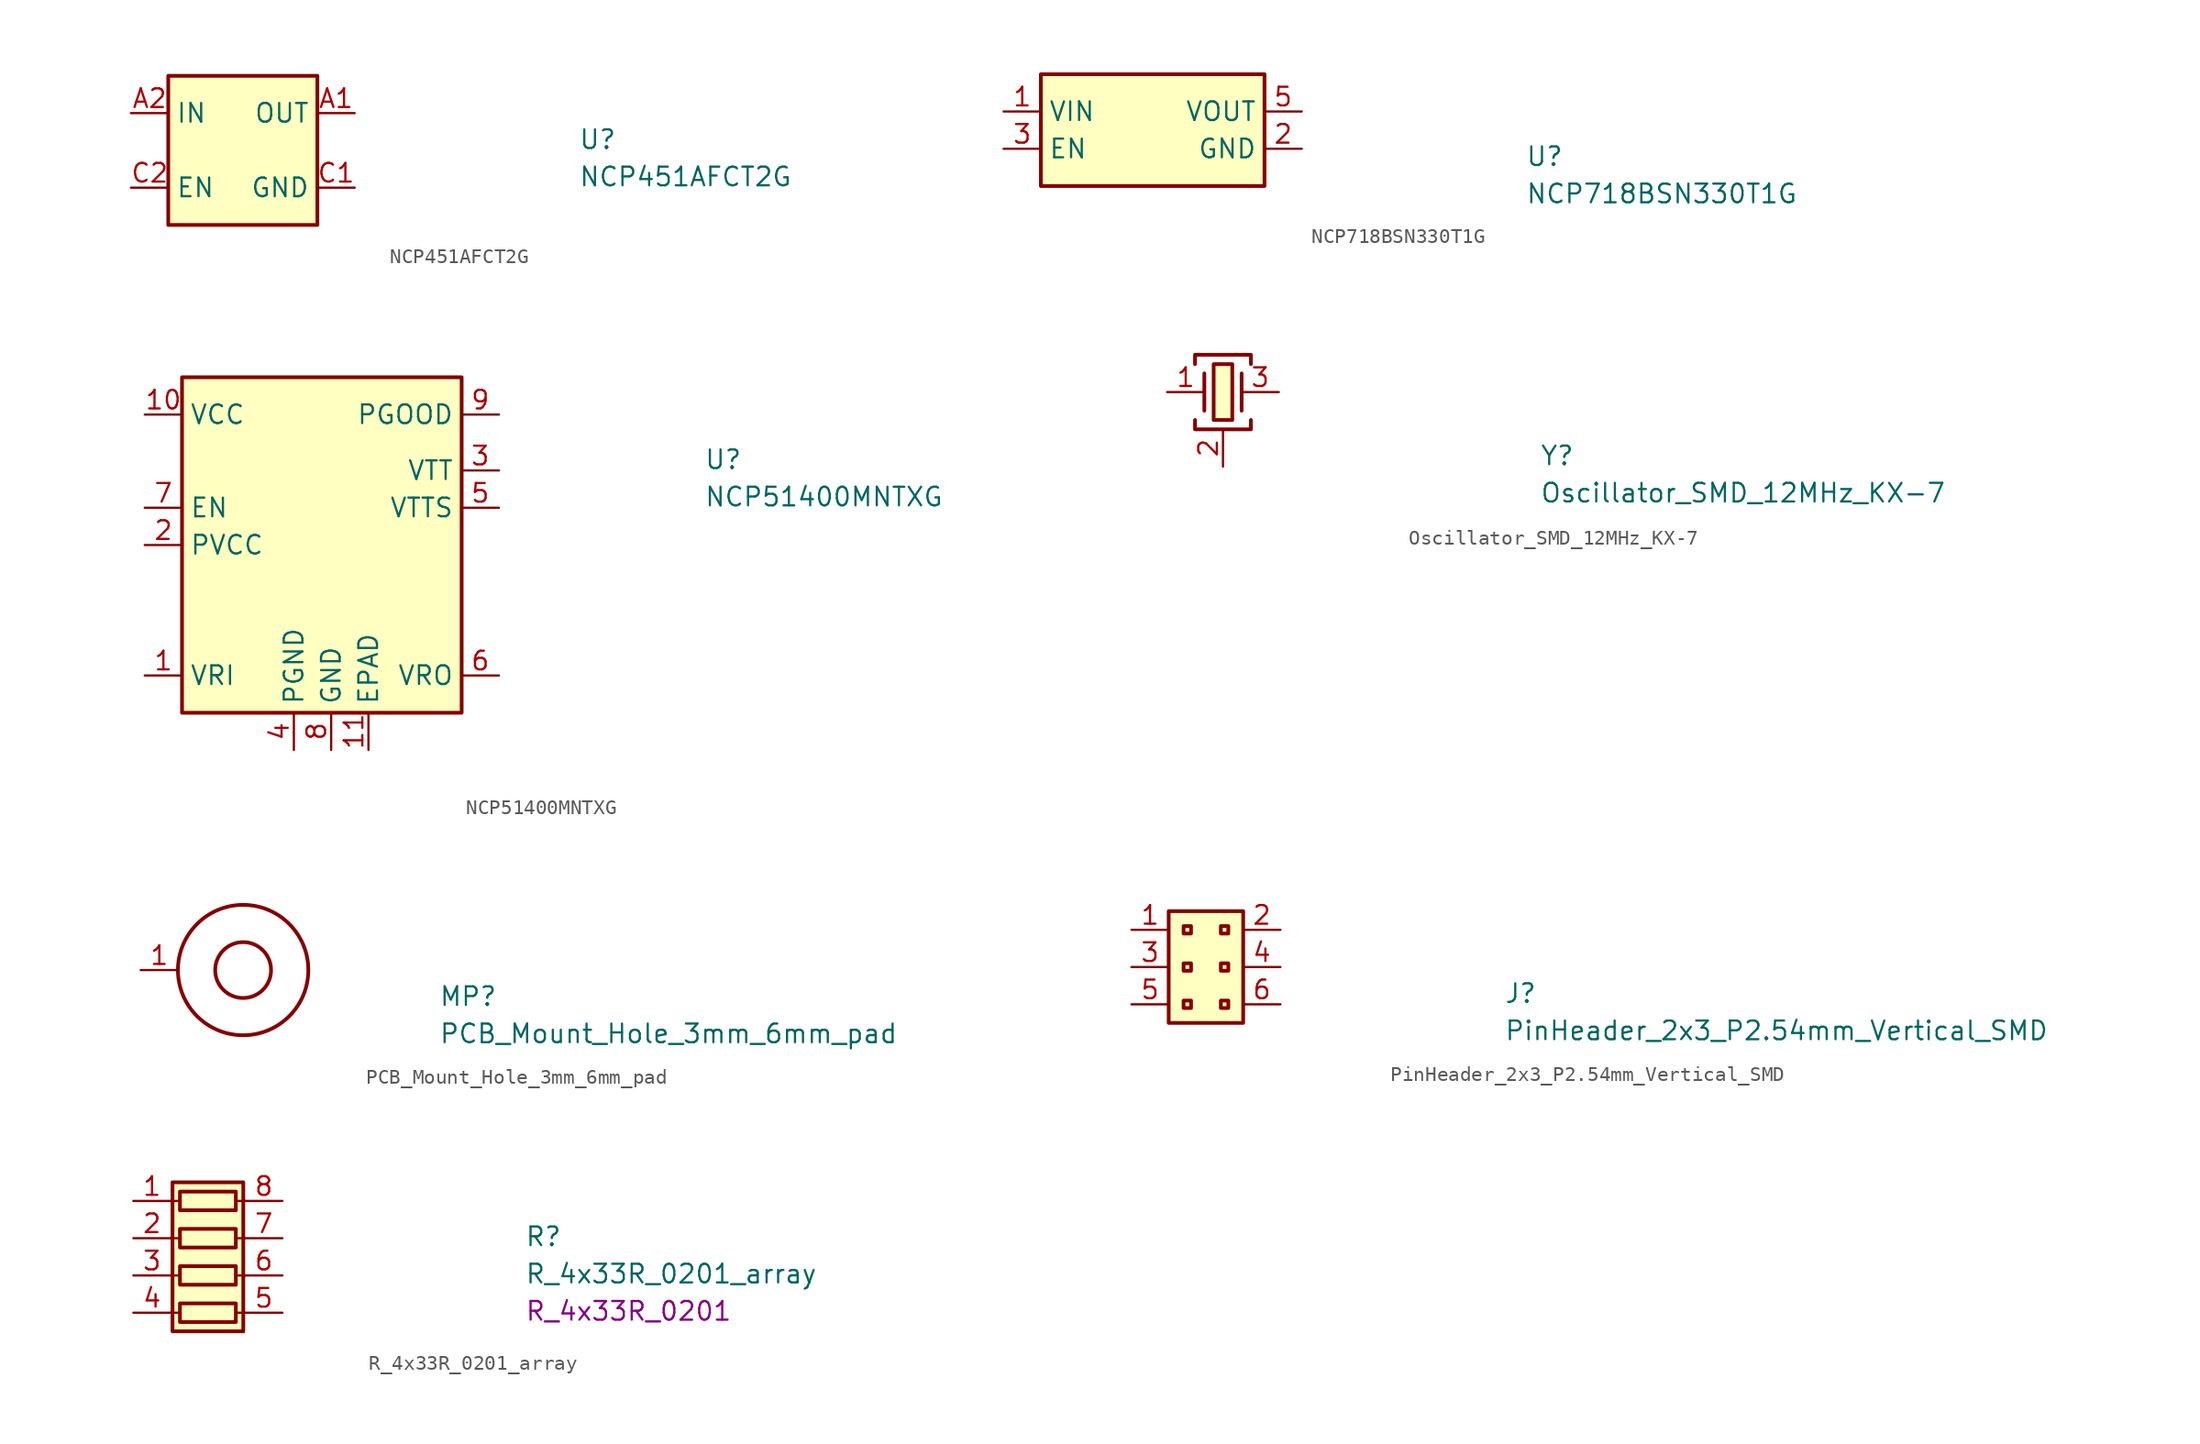
<source format=kicad_sym>
(kicad_symbol_lib
  (version 20211014)
  (generator kicad_symbol_editor)
  (symbol "NCP451AFCT2G"
    (property "Reference" "U"
      (at 30.48 -2.54 0)
      (effects (font (size 1.27 1.27) (thickness 0.15)) (justify left bottom)))
    (property "Value" "NCP451AFCT2G"
      (at 30.48 -5.08 0)
      (effects (font (size 1.27 1.27) (thickness 0.15)) (justify left bottom)))
    (symbol "NCP451AFCT2G_1_1"
      (rectangle (start 2.54 2.54) (end 12.7 -7.62) (stroke (width 0.254) (type default) (color 0 0 0 0)) (fill (type background)))
      (pin power_out line (at 15.24 0 180) (length 2.54) (name "OUT" (effects (font (size 1.27 1.27)))) (number "A1" (effects (font (size 1.27 1.27)))))
      (pin power_in line (at 0 0 0) (length 2.54) (name "IN" (effects (font (size 1.27 1.27)))) (number "A2" (effects (font (size 1.27 1.27)))))
      (pin passive line (at 15.24 0 180) (length 2.54) hide (name "OUT" (effects (font (size 1.27 1.27)))) (number "B1" (effects (font (size 1.27 1.27)))))
      (pin passive line (at 0 0 0) (length 2.54) hide (name "IN" (effects (font (size 1.27 1.27)))) (number "B2" (effects (font (size 1.27 1.27)))))
      (pin power_in line (at 15.24 -5.08 180) (length 2.54) (name "GND" (effects (font (size 1.27 1.27)))) (number "C1" (effects (font (size 1.27 1.27)))))
      (pin input line (at 0 -5.08 0) (length 2.54) (name "EN" (effects (font (size 1.27 1.27)))) (number "C2" (effects (font (size 1.27 1.27)))))))
  (symbol "NCP718BSN330T1G"
    (property "Reference" "U"
      (at 35.56 -3.81 0)
      (effects (font (size 1.27 1.27) (thickness 0.15)) (justify left bottom)))
    (property "Value" "NCP718BSN330T1G"
      (at 35.56 -6.35 0)
      (effects (font (size 1.27 1.27) (thickness 0.15)) (justify left bottom)))
    (symbol "NCP718BSN330T1G_1_1"
      (rectangle (start 2.54 2.54) (end 17.78 -5.08) (stroke (width 0.254) (type default) (color 0 0 0 0)) (fill (type background)))
      (pin passive line (at 0 0 0) (length 2.54) (name "VIN" (effects (font (size 1.27 1.27)))) (number "1" (effects (font (size 1.27 1.27)))))
      (pin passive line (at 20.32 -2.54 180) (length 2.54) (name "GND" (effects (font (size 1.27 1.27)))) (number "2" (effects (font (size 1.27 1.27)))))
      (pin passive line (at 0 -2.54 0) (length 2.54) (name "EN" (effects (font (size 1.27 1.27)))) (number "3" (effects (font (size 1.27 1.27)))))
      (pin no_connect line (at 10.16 -5.08 90) (length 2.54) hide (name "NC" (effects (font (size 1.27 1.27)))) (number "4" (effects (font (size 1.27 1.27)))))
      (pin passive line (at 20.32 0 180) (length 2.54) (name "VOUT" (effects (font (size 1.27 1.27)))) (number "5" (effects (font (size 1.27 1.27)))))))
  (symbol "NCP51400MNTXG"
    (property "Reference" "U"
      (at 38.1 -3.81 0)
      (effects (font (size 1.27 1.27) (thickness 0.15)) (justify left bottom)))
    (property "Value" "NCP51400MNTXG"
      (at 38.1 -6.35 0)
      (effects (font (size 1.27 1.27) (thickness 0.15)) (justify left bottom)))
    (symbol "NCP51400MNTXG_1_1"
      (rectangle (start 2.54 2.54) (end 21.59 -20.32) (stroke (width 0.254) (type default) (color 0 0 0 0)) (fill (type background)))
      (pin unspecified line (at 0 -17.78 0) (length 2.54) (name "VRI" (effects (font (size 1.27 1.27)))) (number "1" (effects (font (size 1.27 1.27)))))
      (pin power_in line (at 0 0 0) (length 2.54) (name "VCC" (effects (font (size 1.27 1.27)))) (number "10" (effects (font (size 1.27 1.27)))))
      (pin unspecified line (at 15.24 -22.86 90) (length 2.54) (name "EPAD" (effects (font (size 1.27 1.27)))) (number "11" (effects (font (size 1.27 1.27)))))
      (pin unspecified line (at 0 -8.89 0) (length 2.54) (name "PVCC" (effects (font (size 1.27 1.27)))) (number "2" (effects (font (size 1.27 1.27)))))
      (pin unspecified line (at 24.13 -3.81 180) (length 2.54) (name "VTT" (effects (font (size 1.27 1.27)))) (number "3" (effects (font (size 1.27 1.27)))))
      (pin power_in line (at 10.16 -22.86 90) (length 2.54) (name "PGND" (effects (font (size 1.27 1.27)))) (number "4" (effects (font (size 1.27 1.27)))))
      (pin unspecified line (at 24.13 -6.35 180) (length 2.54) (name "VTTS" (effects (font (size 1.27 1.27)))) (number "5" (effects (font (size 1.27 1.27)))))
      (pin unspecified line (at 24.13 -17.78 180) (length 2.54) (name "VRO" (effects (font (size 1.27 1.27)))) (number "6" (effects (font (size 1.27 1.27)))))
      (pin unspecified line (at 0 -6.35 0) (length 2.54) (name "EN" (effects (font (size 1.27 1.27)))) (number "7" (effects (font (size 1.27 1.27)))))
      (pin power_in line (at 12.7 -22.86 90) (length 2.54) (name "GND" (effects (font (size 1.27 1.27)))) (number "8" (effects (font (size 1.27 1.27)))))
      (pin power_in line (at 24.13 0 180) (length 2.54) (name "PGOOD" (effects (font (size 1.27 1.27)))) (number "9" (effects (font (size 1.27 1.27)))))))
  (symbol "Oscillator_SMD_12MHz_KX-7"
    (pin_names hide)
    (property "Reference" "Y"
      (at 25.4 -5.08 0)
      (effects (font (size 1.27 1.27) (thickness 0.15)) (justify left bottom)))
    (property "Value" "Oscillator_SMD_12MHz_KX-7"
      (at 25.4 -7.62 0)
      (effects (font (size 1.27 1.27) (thickness 0.15)) (justify left bottom)))
    (symbol "Oscillator_SMD_12MHz_KX-7_1_1"
      (polyline (pts (xy 2.54 1.27) (xy 2.54 -1.27)) (stroke (width 0.254) (type default) (color 0 0 0 0)) (fill (type background)))
      (polyline (pts (xy 5.08 1.27) (xy 5.08 -1.27)) (stroke (width 0.254) (type default) (color 0 0 0 0)) (fill (type background)))
      (polyline (pts (xy 1.905 -1.905) (xy 1.905 -2.54) (xy 5.715 -2.54) (xy 5.715 -1.905)) (stroke (width 0.254) (type default) (color 0 0 0 0)) (fill (type none)))
      (polyline (pts (xy 1.905 1.905) (xy 1.905 2.54) (xy 5.715 2.54) (xy 5.715 1.905)) (stroke (width 0.254) (type default) (color 0 0 0 0)) (fill (type none)))
      (rectangle (start 3.175 1.905) (end 4.445 -1.905) (stroke (width 0.254) (type default) (color 0 0 0 0)) (fill (type background)))
      (pin passive line (at 0 0 0) (length 2.54) (name "~" (effects (font (size 1.27 1.27)))) (number "1" (effects (font (size 1.27 1.27)))))
      (pin passive line (at 3.81 -5.08 90) (length 2.54) (name "SH" (effects (font (size 1.27 1.27)))) (number "2" (effects (font (size 1.27 1.27)))))
      (pin passive line (at 7.62 0 180) (length 2.54) (name "~" (effects (font (size 1.27 1.27)))) (number "3" (effects (font (size 1.27 1.27)))))
      (pin passive line (at 3.81 -5.08 90) (length 2.54) hide (name "SH" (effects (font (size 1.27 1.27)))) (number "4" (effects (font (size 1.27 1.27)))))))
  (symbol "PCB_Mount_Hole_3mm_6mm_pad"
    (pin_names hide)
    (property "Reference" "MP"
      (at 20.32 -2.54 0)
      (effects (font (size 1.27 1.27) (thickness 0.15)) (justify left bottom)))
    (property "Value" "PCB_Mount_Hole_3mm_6mm_pad"
      (at 20.32 -5.08 0)
      (effects (font (size 1.27 1.27) (thickness 0.15)) (justify left bottom)))
    (symbol "PCB_Mount_Hole_3mm_6mm_pad_1_1"
      (circle (center 6.985 0) (radius 1.905) (stroke (width 0.254) (type default) (color 0 0 0 0)) (fill (type none)))
      (circle (center 6.985 0) (radius 4.445) (stroke (width 0.254) (type default) (color 0 0 0 0)) (fill (type none)))
      (pin input line (at 0 0 0) (length 2.54) (name "1" (effects (font (size 1.27 1.27)))) (number "1" (effects (font (size 1.27 1.27)))))))
  (symbol "PinHeader_2x3_P2.54mm_Vertical_SMD"
    (property "Reference" "J"
      (at 25.4 -5.08 0)
      (effects (font (size 1.27 1.27) (thickness 0.15)) (justify left bottom)))
    (property "Value" "PinHeader_2x3_P2.54mm_Vertical_SMD"
      (at 25.4 -7.62 0)
      (effects (font (size 1.27 1.27) (thickness 0.15)) (justify left bottom)))
    (symbol "PinHeader_2x3_P2.54mm_Vertical_SMD_1_1"
      (rectangle (start 2.54 1.27) (end 7.62 -6.35) (stroke (width 0.254) (type default) (color 0 0 0 0)) (fill (type background)))
      (rectangle (start 3.556 -4.826) (end 4.064 -5.334) (stroke (width 0.254) (type default) (color 0 0 0 0)) (fill (type background)))
      (rectangle (start 3.556 -2.286) (end 4.064 -2.794) (stroke (width 0.254) (type default) (color 0 0 0 0)) (fill (type background)))
      (rectangle (start 3.556 0.254) (end 4.064 -0.254) (stroke (width 0.254) (type default) (color 0 0 0 0)) (fill (type background)))
      (rectangle (start 6.096 -4.826) (end 6.604 -5.334) (stroke (width 0.254) (type default) (color 0 0 0 0)) (fill (type background)))
      (rectangle (start 6.096 -2.286) (end 6.604 -2.794) (stroke (width 0.254) (type default) (color 0 0 0 0)) (fill (type background)))
      (rectangle (start 6.096 0.254) (end 6.604 -0.254) (stroke (width 0.254) (type default) (color 0 0 0 0)) (fill (type background)))
      (pin passive line (at 0 0 0) (length 2.54) (name "~" (effects (font (size 1.27 1.27)))) (number "1" (effects (font (size 1.27 1.27)))))
      (pin passive line (at 10.16 0 180) (length 2.54) (name "~" (effects (font (size 1.27 1.27)))) (number "2" (effects (font (size 1.27 1.27)))))
      (pin passive line (at 0 -2.54 0) (length 2.54) (name "~" (effects (font (size 1.27 1.27)))) (number "3" (effects (font (size 1.27 1.27)))))
      (pin passive line (at 10.16 -2.54 180) (length 2.54) (name "~" (effects (font (size 1.27 1.27)))) (number "4" (effects (font (size 1.27 1.27)))))
      (pin passive line (at 0 -5.08 0) (length 2.54) (name "~" (effects (font (size 1.27 1.27)))) (number "5" (effects (font (size 1.27 1.27)))))
      (pin passive line (at 10.16 -5.08 180) (length 2.54) (name "~" (effects (font (size 1.27 1.27)))) (number "6" (effects (font (size 1.27 1.27)))))))
  (symbol "R_4x33R_0201_array"
    (pin_names hide)
    (property "Reference" "R"
      (at 26.67 -3.175 0)
      (effects (font (size 1.27 1.27) (thickness 0.15)) (justify left bottom)))
    (property "Value" "R_4x33R_0201_array"
      (at 26.67 -5.715 0)
      (effects (font (size 1.27 1.27) (thickness 0.15)) (justify left bottom)))
    (property "Val" "R_4x33R_0201"
      (at 26.67 -8.255 0)
      (effects (font (size 1.27 1.27)) (justify left bottom)))
    (symbol "R_4x33R_0201_array_0_1"
      (polyline (pts (xy 2.54 -7.62) (xy 3.175 -7.62)) (stroke (width 0) (type default) (color 0 0 0 0)) (fill (type none)))
      (polyline (pts (xy 2.54 -5.08) (xy 3.175 -5.08)) (stroke (width 0) (type default) (color 0 0 0 0)) (fill (type none)))
      (polyline (pts (xy 2.54 -2.54) (xy 3.175 -2.54)) (stroke (width 0) (type default) (color 0 0 0 0)) (fill (type none)))
      (polyline (pts (xy 2.54 0) (xy 3.175 0)) (stroke (width 0) (type default) (color 0 0 0 0)) (fill (type none)))
      (polyline (pts (xy 6.985 -7.62) (xy 7.62 -7.62)) (stroke (width 0) (type default) (color 0 0 0 0)) (fill (type none)))
      (polyline (pts (xy 6.985 -5.08) (xy 7.62 -5.08)) (stroke (width 0) (type default) (color 0 0 0 0)) (fill (type none)))
      (polyline (pts (xy 6.985 -2.54) (xy 7.62 -2.54)) (stroke (width 0) (type default) (color 0 0 0 0)) (fill (type none)))
      (polyline (pts (xy 6.985 0) (xy 7.62 0)) (stroke (width 0) (type default) (color 0 0 0 0)) (fill (type none)))
      (rectangle (start 2.667 1.27) (end 7.493 -8.89) (stroke (width 0.254) (type default) (color 0 0 0 0)) (fill (type background)))
      (rectangle (start 6.985 -6.985) (end 3.175 -8.255) (stroke (width 0.254) (type default) (color 0 0 0 0)) (fill (type none)))
      (rectangle (start 6.985 -4.445) (end 3.175 -5.715) (stroke (width 0.254) (type default) (color 0 0 0 0)) (fill (type none)))
      (rectangle (start 6.985 -1.905) (end 3.175 -3.175) (stroke (width 0.254) (type default) (color 0 0 0 0)) (fill (type none)))
      (rectangle (start 6.985 0.635) (end 3.175 -0.635) (stroke (width 0.254) (type default) (color 0 0 0 0)) (fill (type none))))
    (symbol "R_4x33R_0201_array_1_1"
      (pin passive line (at 0 0 0) (length 2.54) (name "R1.1" (effects (font (size 1.27 1.27)))) (number "1" (effects (font (size 1.27 1.27)))))
      (pin passive line (at 0 -2.54 0) (length 2.54) (name "R2.1" (effects (font (size 1.27 1.27)))) (number "2" (effects (font (size 1.27 1.27)))))
      (pin passive line (at 0 -5.08 0) (length 2.54) (name "R3.1" (effects (font (size 1.27 1.27)))) (number "3" (effects (font (size 1.27 1.27)))))
      (pin passive line (at 0 -7.62 0) (length 2.54) (name "R4.1" (effects (font (size 1.27 1.27)))) (number "4" (effects (font (size 1.27 1.27)))))
      (pin passive line (at 10.16 -7.62 180) (length 2.54) (name "R4.2" (effects (font (size 1.27 1.27)))) (number "5" (effects (font (size 1.27 1.27)))))
      (pin passive line (at 10.16 -5.08 180) (length 2.54) (name "R3.2" (effects (font (size 1.27 1.27)))) (number "6" (effects (font (size 1.27 1.27)))))
      (pin passive line (at 10.16 -2.54 180) (length 2.54) (name "R2.2" (effects (font (size 1.27 1.27)))) (number "7" (effects (font (size 1.27 1.27)))))
      (pin passive line (at 10.16 0 180) (length 2.54) (name "R1.2" (effects (font (size 1.27 1.27)))) (number "8" (effects (font (size 1.27 1.27))))))))
</source>
